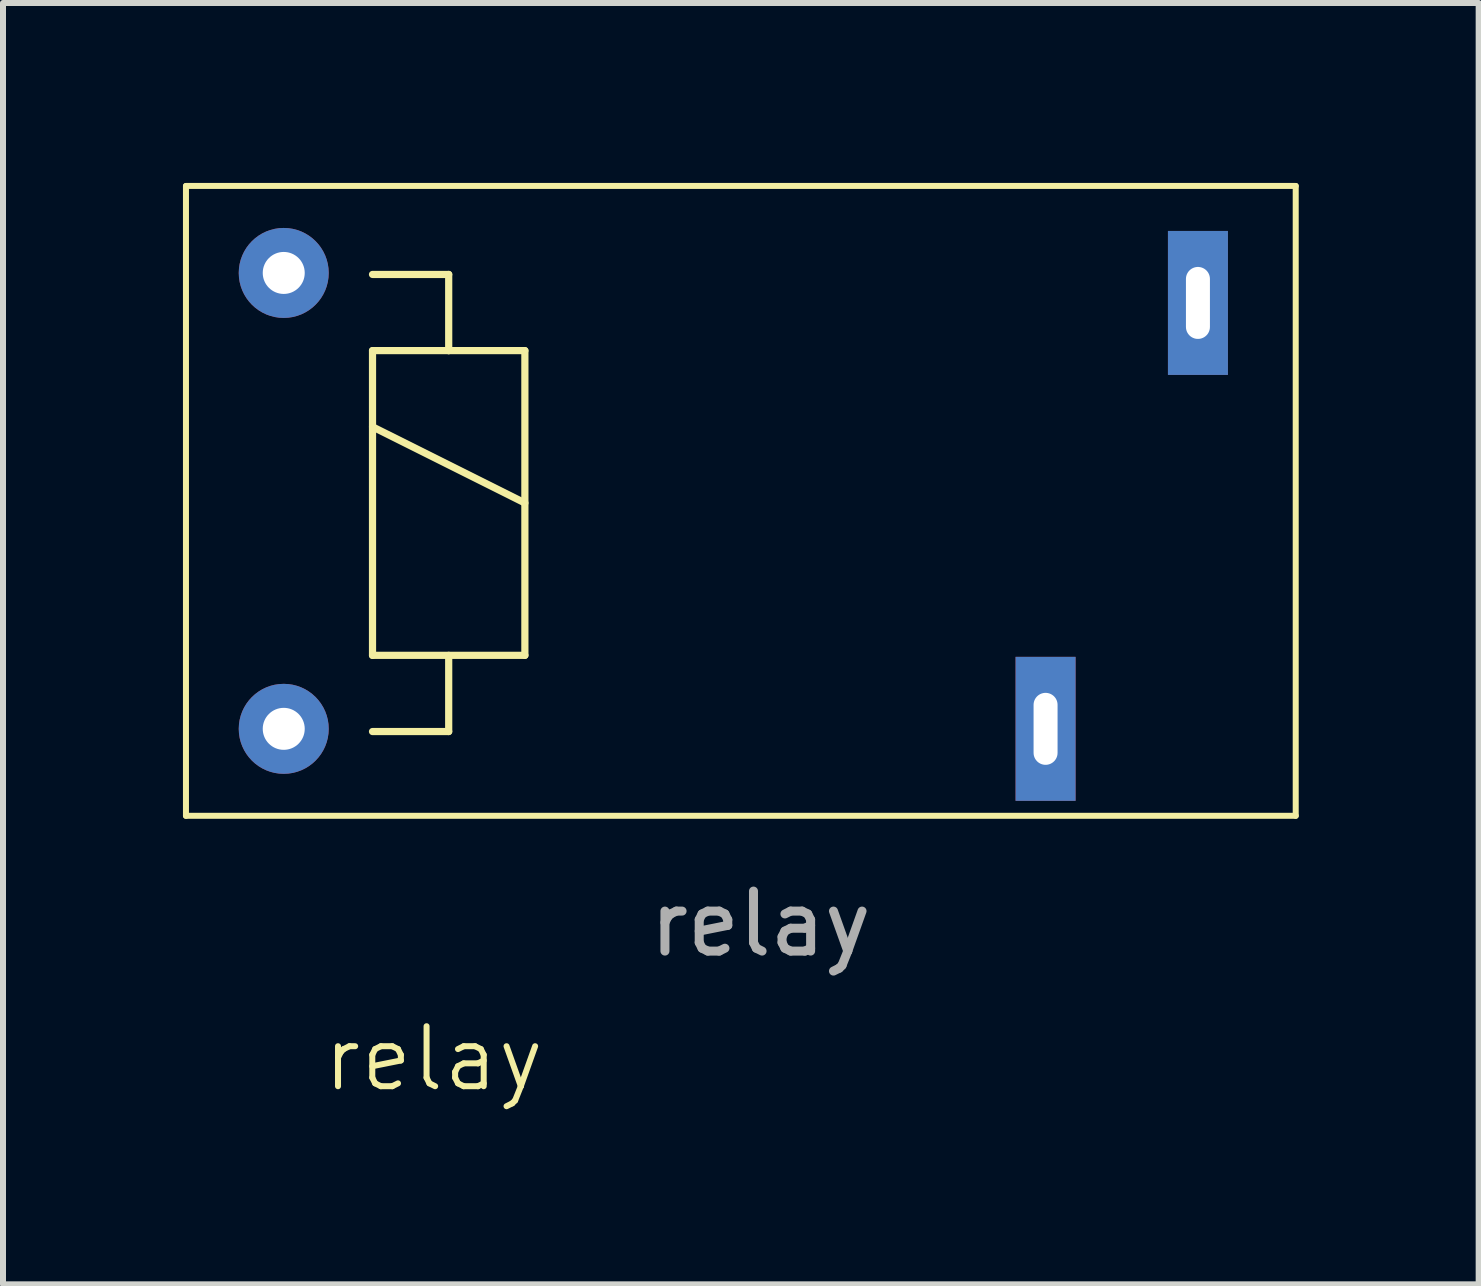
<source format=kicad_pcb>
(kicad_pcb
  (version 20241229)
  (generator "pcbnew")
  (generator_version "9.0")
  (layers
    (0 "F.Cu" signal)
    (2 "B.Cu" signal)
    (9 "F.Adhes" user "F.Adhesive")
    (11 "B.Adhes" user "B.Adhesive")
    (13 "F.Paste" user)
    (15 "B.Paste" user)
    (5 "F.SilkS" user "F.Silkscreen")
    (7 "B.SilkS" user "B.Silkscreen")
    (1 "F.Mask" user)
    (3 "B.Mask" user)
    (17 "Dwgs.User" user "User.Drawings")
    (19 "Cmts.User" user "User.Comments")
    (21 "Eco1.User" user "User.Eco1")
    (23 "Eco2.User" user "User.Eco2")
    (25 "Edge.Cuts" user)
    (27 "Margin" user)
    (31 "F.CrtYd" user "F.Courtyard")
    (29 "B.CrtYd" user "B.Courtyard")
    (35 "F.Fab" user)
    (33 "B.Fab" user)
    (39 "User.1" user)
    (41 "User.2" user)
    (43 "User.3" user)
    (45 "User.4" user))
  (footprint "relay"
    (layer "F.Cu")
    (at 1.68 9.1)
    (property "Reference" "relay" (at 2.5 5.5 0) (unlocked yes) (layer "F.SilkS") (effects (font (size 1 1) (thickness 0.1))))
    (attr through_hole)
    (fp_line (start -1.63 -9.05) (end -1.63 1.45) (stroke (width 0.1) (type default)) (layer "F.SilkS"))
    (fp_line (start -1.63 -9.05) (end 16.87 -9.05) (stroke (width 0.1) (type default)) (layer "F.SilkS"))
    (fp_line (start -1.63 1.45) (end 16.87 1.45) (stroke (width 0.1) (type default)) (layer "F.SilkS"))
    (fp_line (start 1.48 -7.575) (end 2.75 -7.575) (stroke (width 0.12) (type solid)) (layer "F.SilkS"))
    (fp_line (start 1.48 -6.305) (end 2.75 -6.305) (stroke (width 0.12) (type solid)) (layer "F.SilkS"))
    (fp_line (start 1.48 -5.035) (end 4.02 -3.765) (stroke (width 0.12) (type solid)) (layer "F.SilkS"))
    (fp_line (start 1.48 -1.225) (end 1.48 -6.305) (stroke (width 0.12) (type solid)) (layer "F.SilkS"))
    (fp_line (start 2.75 -7.575) (end 2.75 -6.305) (stroke (width 0.12) (type solid)) (layer "F.SilkS"))
    (fp_line (start 2.75 -6.305) (end 4.02 -6.305) (stroke (width 0.12) (type solid)) (layer "F.SilkS"))
    (fp_line (start 2.75 -1.225) (end 2.75 0.045) (stroke (width 0.12) (type solid)) (layer "F.SilkS"))
    (fp_line (start 2.75 0.045) (end 1.48 0.045) (stroke (width 0.12) (type solid)) (layer "F.SilkS"))
    (fp_line (start 4.02 -6.305) (end 4.02 -1.225) (stroke (width 0.12) (type solid)) (layer "F.SilkS"))
    (fp_line (start 4.02 -1.225) (end 1.48 -1.225) (stroke (width 0.12) (type solid)) (layer "F.SilkS"))
    (fp_line (start 16.87 -9.05) (end 16.87 1.45) (stroke (width 0.1) (type default)) (layer "F.SilkS"))
    (fp_text user "${REFERENCE}" (at 7.95 3.25 0) (layer "F.Fab") (effects (font (size 1 1) (thickness 0.15))))
    (pad "13" thru_hole rect (at 12.7 0) (size 1 2.4) (drill oval 0.4 1.2) (layers "*.Cu" "*.Mask"))
    (pad "14" thru_hole rect (at 15.24 -7.1) (size 1 2.4) (drill oval 0.4 1.2) (layers "*.Cu" "*.Mask"))
    (pad "A1" thru_hole circle (at 0 0) (size 1.5 1.5) (drill 0.7) (layers "*.Cu" "*.Mask"))
    (pad "A2" thru_hole circle (at 0 -7.6) (size 1.5 1.5) (drill 0.7) (layers "*.Cu" "*.Mask")))
  (gr_rect
    (start -3 -3)
    (end 21.6 18.36)
    (stroke (width 0.1) (type default))
    (fill no)
    (layer "Edge.Cuts")))
</source>
